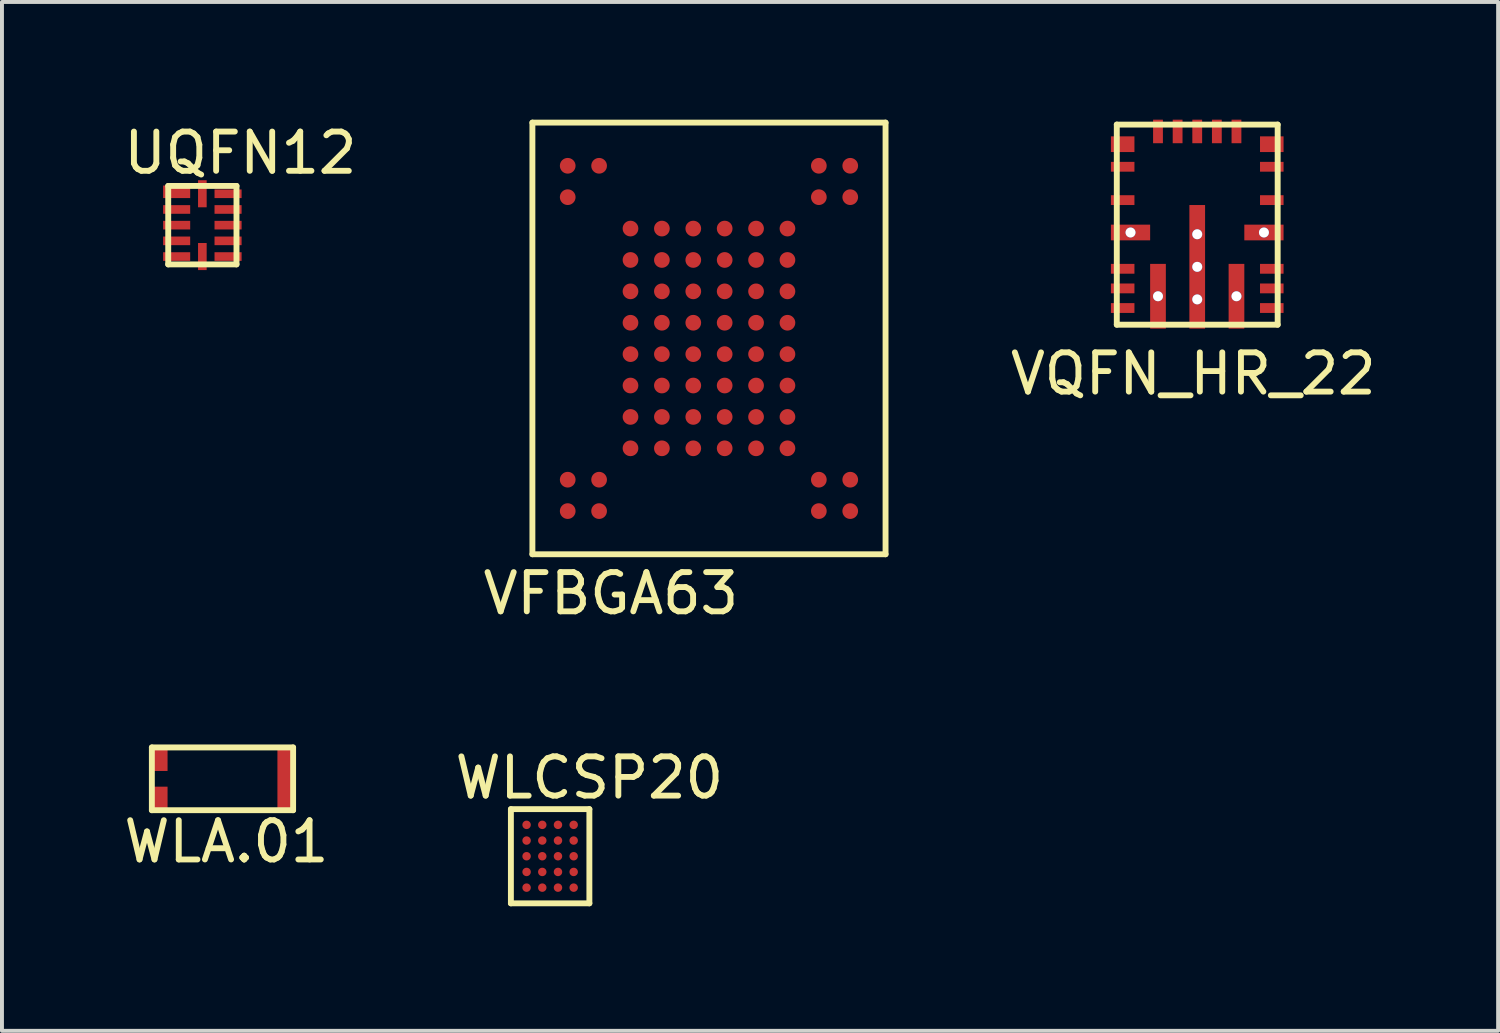
<source format=kicad_pcb>
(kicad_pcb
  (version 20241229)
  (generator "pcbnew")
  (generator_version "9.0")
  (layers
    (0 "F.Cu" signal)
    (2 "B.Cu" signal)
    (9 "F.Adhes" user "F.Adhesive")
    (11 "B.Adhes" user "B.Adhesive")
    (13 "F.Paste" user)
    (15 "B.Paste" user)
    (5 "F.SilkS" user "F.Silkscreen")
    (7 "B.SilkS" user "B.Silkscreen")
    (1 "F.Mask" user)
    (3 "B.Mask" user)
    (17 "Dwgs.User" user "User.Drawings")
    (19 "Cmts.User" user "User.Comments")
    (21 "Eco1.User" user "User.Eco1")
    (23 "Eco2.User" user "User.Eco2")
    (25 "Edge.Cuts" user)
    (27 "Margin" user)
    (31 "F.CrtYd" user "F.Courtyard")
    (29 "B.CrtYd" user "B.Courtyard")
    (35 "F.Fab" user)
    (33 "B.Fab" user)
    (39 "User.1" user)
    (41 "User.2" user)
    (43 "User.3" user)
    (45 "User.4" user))
  (footprint "WLCSP20"
    (layer "F.Cu")
    (at 9.97 19.971)
    (property "Reference" "WLCSP20" (at 2 -3.2 0) (layer "F.SilkS") (effects (font (size 1 1) (thickness 0.15))))
    (attr through_hole)
    (fp_line (start 0 -2.4) (end 0 0) (stroke (width 0.15) (type solid)) (layer "F.SilkS"))
    (fp_line (start 0 0) (end 2 0) (stroke (width 0.15) (type solid)) (layer "F.SilkS"))
    (fp_line (start 2 -2.4) (end 0 -2.4) (stroke (width 0.15) (type solid)) (layer "F.SilkS"))
    (fp_line (start 2 0) (end 2 -2.4) (stroke (width 0.15) (type solid)) (layer "F.SilkS"))
    (pad "A1" smd circle (at 0.4 -2) (size 0.215 0.215) (layers "F.Cu" "F.Mask" "F.Paste"))
    (pad "A2" smd circle (at 0.8 -2) (size 0.215 0.215) (layers "F.Cu" "F.Mask" "F.Paste"))
    (pad "A3" smd circle (at 1.2 -2) (size 0.215 0.215) (layers "F.Cu" "F.Mask" "F.Paste"))
    (pad "A4" smd circle (at 1.6 -2) (size 0.215 0.215) (layers "F.Cu" "F.Mask" "F.Paste"))
    (pad "B1" smd circle (at 0.4 -1.6) (size 0.215 0.215) (layers "F.Cu" "F.Mask" "F.Paste"))
    (pad "B2" smd circle (at 0.8 -1.6) (size 0.215 0.215) (layers "F.Cu" "F.Mask" "F.Paste"))
    (pad "B3" smd circle (at 1.2 -1.6) (size 0.215 0.215) (layers "F.Cu" "F.Mask" "F.Paste"))
    (pad "B4" smd circle (at 1.6 -1.6) (size 0.215 0.215) (layers "F.Cu" "F.Mask" "F.Paste"))
    (pad "C1" smd circle (at 0.4 -1.2) (size 0.215 0.215) (layers "F.Cu" "F.Mask" "F.Paste"))
    (pad "C2" smd circle (at 0.8 -1.2) (size 0.215 0.215) (layers "F.Cu" "F.Mask" "F.Paste"))
    (pad "C3" smd circle (at 1.2 -1.2) (size 0.215 0.215) (layers "F.Cu" "F.Mask" "F.Paste"))
    (pad "C4" smd circle (at 1.6 -1.2) (size 0.215 0.215) (layers "F.Cu" "F.Mask" "F.Paste"))
    (pad "D1" smd circle (at 0.4 -0.8) (size 0.215 0.215) (layers "F.Cu" "F.Mask" "F.Paste"))
    (pad "D2" smd circle (at 0.8 -0.8) (size 0.215 0.215) (layers "F.Cu" "F.Mask" "F.Paste"))
    (pad "D3" smd circle (at 1.2 -0.8) (size 0.215 0.215) (layers "F.Cu" "F.Mask" "F.Paste"))
    (pad "D4" smd circle (at 1.6 -0.8) (size 0.215 0.215) (layers "F.Cu" "F.Mask" "F.Paste"))
    (pad "E1" smd circle (at 0.4 -0.4) (size 0.215 0.215) (layers "F.Cu" "F.Mask" "F.Paste"))
    (pad "E2" smd circle (at 0.8 -0.4) (size 0.215 0.215) (layers "F.Cu" "F.Mask" "F.Paste"))
    (pad "E3" smd circle (at 1.2 -0.4) (size 0.215 0.215) (layers "F.Cu" "F.Mask" "F.Paste"))
    (pad "E4" smd circle (at 1.6 -0.4) (size 0.215 0.215) (layers "F.Cu" "F.Mask" "F.Paste")))
  (footprint "UQFN12"
    (layer "F.Cu")
    (at 2.107 2.688)
    (property "Reference" "UQFN12" (at 0.97 -1.84 0) (layer "F.SilkS") (effects (font (size 1 1) (thickness 0.15))))
    (attr through_hole)
    (fp_line (start -0.87 -1) (end 0.87 -1) (stroke (width 0.15) (type solid)) (layer "F.SilkS"))
    (fp_line (start -0.87 1) (end -0.87 -1) (stroke (width 0.15) (type solid)) (layer "F.SilkS"))
    (fp_line (start 0.87 -1) (end 0.87 1) (stroke (width 0.15) (type solid)) (layer "F.SilkS"))
    (fp_line (start 0.87 1) (end -0.87 1) (stroke (width 0.15) (type solid)) (layer "F.SilkS"))
    (pad "1" smd rect (at -0.655 -0.85) (size 0.69 0.32) (layers "F.Cu" "F.Mask" "F.Paste"))
    (pad "2" smd rect (at -0.655 -0.4) (size 0.69 0.22) (layers "F.Cu" "F.Mask" "F.Paste"))
    (pad "3" smd rect (at -0.655 0) (size 0.69 0.22) (layers "F.Cu" "F.Mask" "F.Paste"))
    (pad "4" smd rect (at -0.655 0.4) (size 0.69 0.22) (layers "F.Cu" "F.Mask" "F.Paste"))
    (pad "5" smd rect (at -0.655 0.8) (size 0.69 0.22) (layers "F.Cu" "F.Mask" "F.Paste"))
    (pad "6" smd rect (at 0 0.8) (size 0.22 0.69) (layers "F.Cu" "F.Mask" "F.Paste"))
    (pad "7" smd rect (at 0.655 0.8) (size 0.69 0.22) (layers "F.Cu" "F.Mask" "F.Paste"))
    (pad "8" smd rect (at 0.655 0.4) (size 0.69 0.22) (layers "F.Cu" "F.Mask" "F.Paste"))
    (pad "9" smd rect (at 0.655 0) (size 0.69 0.22) (layers "F.Cu" "F.Mask" "F.Paste"))
    (pad "10" smd rect (at 0.655 -0.4) (size 0.69 0.22) (layers "F.Cu" "F.Mask" "F.Paste"))
    (pad "11" smd rect (at 0.655 -0.8) (size 0.69 0.22) (layers "F.Cu" "F.Mask" "F.Paste"))
    (pad "12" smd rect (at 0 -0.8) (size 0.22 0.69) (layers "F.Cu" "F.Mask" "F.Paste")))
  (footprint "WLA.01"
    (layer "F.Cu")
    (at 2.62 16.798)
    (property "Reference" "WLA.01" (at 0.1 1.6 0) (layer "F.SilkS") (effects (font (size 1 1) (thickness 0.15))))
    (attr through_hole)
    (fp_line (start -1.8 -0.8) (end -1.8 0.8) (stroke (width 0.15) (type solid)) (layer "F.SilkS"))
    (fp_line (start -1.8 0.8) (end 1.8 0.8) (stroke (width 0.15) (type solid)) (layer "F.SilkS"))
    (fp_line (start 1.8 -0.8) (end -1.8 -0.8) (stroke (width 0.15) (type solid)) (layer "F.SilkS"))
    (fp_line (start 1.8 0.8) (end 1.8 -0.8) (stroke (width 0.15) (type solid)) (layer "F.SilkS"))
    (pad "1" smd rect (at -1.6 -0.5 90) (size 0.6 0.4) (layers "F.Cu" "F.Mask" "F.Paste"))
    (pad "2" smd rect (at -1.6 0.5 90) (size 0.6 0.4) (layers "F.Cu" "F.Mask" "F.Paste"))
    (pad "3" smd rect (at 1.6 0 90) (size 1.6 0.4) (layers "F.Cu" "F.Mask" "F.Paste")))
  (footprint "VQFN_HR_22"
    (layer "F.Cu")
    (at 27.461 2.625)
    (property "Reference" "VQFN_HR_22" (at -0.1 3.85 0) (layer "F.SilkS") (effects (font (size 1 1) (thickness 0.15))))
    (attr through_hole)
    (fp_line (start -2.05 -2.5) (end -2.05 2.6) (stroke (width 0.15) (type solid)) (layer "F.SilkS"))
    (fp_line (start -2.05 -2.5) (end 2.05 -2.5) (stroke (width 0.15) (type solid)) (layer "F.SilkS"))
    (fp_line (start 2.05 -2.5) (end 2.05 2.6) (stroke (width 0.15) (type solid)) (layer "F.SilkS"))
    (fp_line (start 2.05 2.6) (end -2.05 2.6) (stroke (width 0.15) (type solid)) (layer "F.SilkS"))
    (fp_line (start -2.1 0.2) (end -2.1 0.3) (stroke (width 0.15) (type solid)) (layer "F.Paste"))
    (fp_line (start -2.1 0.3) (end -2 0.3) (stroke (width 0.15) (type solid)) (layer "F.Paste"))
    (fp_line (start -2 0.2) (end -2.1 0.2) (stroke (width 0.15) (type solid)) (layer "F.Paste"))
    (fp_line (start -2 0.3) (end -2 0.2) (stroke (width 0.15) (type solid)) (layer "F.Paste"))
    (fp_line (start -1.5 0.2) (end -1.5 0.3) (stroke (width 0.15) (type solid)) (layer "F.Paste"))
    (fp_line (start -1.5 0.3) (end -1.3 0.3) (stroke (width 0.15) (type solid)) (layer "F.Paste"))
    (fp_line (start -1.3 0.2) (end -1.5 0.2) (stroke (width 0.15) (type solid)) (layer "F.Paste"))
    (fp_line (start -1.3 0.3) (end -1.3 0.2) (stroke (width 0.15) (type solid)) (layer "F.Paste"))
    (fp_line (start -1.1 1.2) (end -0.9 1.2) (stroke (width 0.15) (type solid)) (layer "F.Paste"))
    (fp_line (start -1.1 1.6) (end -1.1 1.2) (stroke (width 0.15) (type solid)) (layer "F.Paste"))
    (fp_line (start -1.1 2.1) (end -0.9 2.1) (stroke (width 0.15) (type solid)) (layer "F.Paste"))
    (fp_line (start -1.1 2.2) (end -1.1 2.1) (stroke (width 0.15) (type solid)) (layer "F.Paste"))
    (fp_line (start -1.1 2.6) (end -1.1 2.2) (stroke (width 0.15) (type solid)) (layer "F.Paste"))
    (fp_line (start -1 1.2) (end -1 1.5) (stroke (width 0.15) (type solid)) (layer "F.Paste"))
    (fp_line (start -1 2.1) (end -1 2.5) (stroke (width 0.15) (type solid)) (layer "F.Paste"))
    (fp_line (start -0.9 1.2) (end -0.9 1.6) (stroke (width 0.15) (type solid)) (layer "F.Paste"))
    (fp_line (start -0.9 1.6) (end -1.1 1.6) (stroke (width 0.15) (type solid)) (layer "F.Paste"))
    (fp_line (start -0.9 2.1) (end -0.9 2.6) (stroke (width 0.15) (type solid)) (layer "F.Paste"))
    (fp_line (start -0.9 2.6) (end -1.1 2.6) (stroke (width 0.15) (type solid)) (layer "F.Paste"))
    (fp_line (start -0.1 -0.4) (end 0.1 -0.4) (stroke (width 0.15) (type solid)) (layer "F.Paste"))
    (fp_line (start -0.1 -0.3) (end -0.1 0) (stroke (width 0.15) (type solid)) (layer "F.Paste"))
    (fp_line (start -0.1 0) (end 0.1 0) (stroke (width 0.15) (type solid)) (layer "F.Paste"))
    (fp_line (start -0.1 0.5) (end 0.1 0.5) (stroke (width 0.15) (type solid)) (layer "F.Paste"))
    (fp_line (start -0.1 0.9) (end -0.1 0.5) (stroke (width 0.15) (type solid)) (layer "F.Paste"))
    (fp_line (start -0.1 1.4) (end 0.1 1.4) (stroke (width 0.15) (type solid)) (layer "F.Paste"))
    (fp_line (start -0.1 1.7) (end -0.1 1.4) (stroke (width 0.15) (type solid)) (layer "F.Paste"))
    (fp_line (start -0.1 2.2) (end 0.1 2.2) (stroke (width 0.15) (type solid)) (layer "F.Paste"))
    (fp_line (start -0.1 2.6) (end -0.1 2.2) (stroke (width 0.15) (type solid)) (layer "F.Paste"))
    (fp_line (start 0 -0.3) (end -0.1 -0.3) (stroke (width 0.15) (type solid)) (layer "F.Paste"))
    (fp_line (start 0 0) (end 0 -0.3) (stroke (width 0.15) (type solid)) (layer "F.Paste"))
    (fp_line (start 0 0.5) (end 0 0.9) (stroke (width 0.15) (type solid)) (layer "F.Paste"))
    (fp_line (start 0 1.4) (end 0 1.6) (stroke (width 0.15) (type solid)) (layer "F.Paste"))
    (fp_line (start 0 2.2) (end 0 2.5) (stroke (width 0.15) (type solid)) (layer "F.Paste"))
    (fp_line (start 0.1 -0.4) (end 0.1 0) (stroke (width 0.15) (type solid)) (layer "F.Paste"))
    (fp_line (start 0.1 0) (end 0 0) (stroke (width 0.15) (type solid)) (layer "F.Paste"))
    (fp_line (start 0.1 0.5) (end 0.1 0.9) (stroke (width 0.15) (type solid)) (layer "F.Paste"))
    (fp_line (start 0.1 0.9) (end -0.1 0.9) (stroke (width 0.15) (type solid)) (layer "F.Paste"))
    (fp_line (start 0.1 1.4) (end 0.1 1.7) (stroke (width 0.15) (type solid)) (layer "F.Paste"))
    (fp_line (start 0.1 1.7) (end -0.1 1.7) (stroke (width 0.15) (type solid)) (layer "F.Paste"))
    (fp_line (start 0.1 2.2) (end 0.1 2.6) (stroke (width 0.15) (type solid)) (layer "F.Paste"))
    (fp_line (start 0.1 2.6) (end -0.1 2.6) (stroke (width 0.15) (type solid)) (layer "F.Paste"))
    (fp_line (start 0.9 1.2) (end 0.9 1.5) (stroke (width 0.15) (type solid)) (layer "F.Paste"))
    (fp_line (start 0.9 1.5) (end 0.9 1.6) (stroke (width 0.15) (type solid)) (layer "F.Paste"))
    (fp_line (start 0.9 1.6) (end 1.1 1.6) (stroke (width 0.15) (type solid)) (layer "F.Paste"))
    (fp_line (start 0.9 2.1) (end 1.1 2.1) (stroke (width 0.15) (type solid)) (layer "F.Paste"))
    (fp_line (start 0.9 2.6) (end 0.9 2.1) (stroke (width 0.15) (type solid)) (layer "F.Paste"))
    (fp_line (start 1 1.2) (end 1 1.6) (stroke (width 0.15) (type solid)) (layer "F.Paste"))
    (fp_line (start 1 2.1) (end 1 2.5) (stroke (width 0.15) (type solid)) (layer "F.Paste"))
    (fp_line (start 1.1 1.2) (end 0.9 1.2) (stroke (width 0.15) (type solid)) (layer "F.Paste"))
    (fp_line (start 1.1 1.6) (end 1.1 1.2) (stroke (width 0.15) (type solid)) (layer "F.Paste"))
    (fp_line (start 1.1 2.1) (end 1.1 2.6) (stroke (width 0.15) (type solid)) (layer "F.Paste"))
    (fp_line (start 1.1 2.6) (end 0.9 2.6) (stroke (width 0.15) (type solid)) (layer "F.Paste"))
    (fp_line (start 1.3 0.2) (end 1.4 0.2) (stroke (width 0.15) (type solid)) (layer "F.Paste"))
    (fp_line (start 1.3 0.3) (end 1.3 0.2) (stroke (width 0.15) (type solid)) (layer "F.Paste"))
    (fp_line (start 1.4 0.2) (end 1.4 0.3) (stroke (width 0.15) (type solid)) (layer "F.Paste"))
    (fp_line (start 1.4 0.3) (end 1.3 0.3) (stroke (width 0.15) (type solid)) (layer "F.Paste"))
    (fp_line (start 1.9 0.2) (end 1.9 0.3) (stroke (width 0.15) (type solid)) (layer "F.Paste"))
    (fp_line (start 1.9 0.3) (end 2.1 0.3) (stroke (width 0.15) (type solid)) (layer "F.Paste"))
    (fp_line (start 2.1 0.2) (end 1.9 0.2) (stroke (width 0.15) (type solid)) (layer "F.Paste"))
    (fp_line (start 2.1 0.3) (end 2.1 0.2) (stroke (width 0.15) (type solid)) (layer "F.Paste"))
    (pad "1" smd rect (at -1.9 -2) (size 0.6 0.4) (layers "F.Cu" "F.Mask" "F.Paste"))
    (pad "2" smd rect (at -1.9 -1.425) (size 0.6 0.25) (layers "F.Cu" "F.Mask" "F.Paste"))
    (pad "3" smd rect (at -1.9 -0.575) (size 0.6 0.25) (layers "F.Cu" "F.Mask" "F.Paste"))
    (pad "4" thru_hole circle (at -1.7 0.25) (size 0.254 0.254) (drill 0.254) (layers "*.Cu" "*.Mask"))
    (pad "4" smd rect (at -1.7 0.25) (size 1 0.4) (layers "F.Cu" "F.Mask"))
    (pad "5" smd rect (at -1.9 1.175) (size 0.6 0.25) (layers "F.Cu" "F.Mask" "F.Paste"))
    (pad "6" smd rect (at -1.9 1.675) (size 0.6 0.25) (layers "F.Cu" "F.Mask" "F.Paste"))
    (pad "7" smd rect (at -1.9 2.175) (size 0.6 0.25) (layers "F.Cu" "F.Mask" "F.Paste"))
    (pad "8" thru_hole circle (at -1 1.875) (size 0.254 0.254) (drill 0.254) (layers "*.Cu" "*.Mask"))
    (pad "8" smd rect (at -1 1.875 90) (size 1.65 0.4) (layers "F.Cu" "F.Mask"))
    (pad "9" thru_hole circle (at 0 0.295) (size 0.254 0.254) (drill 0.254) (layers "*.Cu" "*.Mask"))
    (pad "9" thru_hole circle (at 0 1.125) (size 0.254 0.254) (drill 0.254) (layers "*.Cu" "*.Mask"))
    (pad "9" smd rect (at 0 1.125 90) (size 3.15 0.4) (layers "F.Cu" "F.Mask"))
    (pad "9" thru_hole circle (at 0 1.955) (size 0.254 0.254) (drill 0.254) (layers "*.Cu" "*.Mask"))
    (pad "10" thru_hole circle (at 1 1.875) (size 0.254 0.254) (drill 0.254) (layers "*.Cu" "*.Mask"))
    (pad "10" smd rect (at 1 1.875 90) (size 1.65 0.4) (layers "F.Cu" "F.Mask"))
    (pad "11" smd rect (at 1.9 2.175) (size 0.6 0.25) (layers "F.Cu" "F.Mask" "F.Paste"))
    (pad "12" smd rect (at 1.9 1.675) (size 0.6 0.25) (layers "F.Cu" "F.Mask" "F.Paste"))
    (pad "13" smd rect (at 1.9 1.175) (size 0.6 0.25) (layers "F.Cu" "F.Mask" "F.Paste"))
    (pad "14" thru_hole circle (at 1.7 0.25) (size 0.254 0.254) (drill 0.254) (layers "*.Cu" "*.Mask"))
    (pad "14" smd rect (at 1.7 0.25) (size 1 0.4) (layers "F.Cu" "F.Mask"))
    (pad "15" smd rect (at 1.9 -0.575) (size 0.6 0.25) (layers "F.Cu" "F.Mask" "F.Paste"))
    (pad "16" smd rect (at 1.9 -1.425) (size 0.6 0.25) (layers "F.Cu" "F.Mask" "F.Paste"))
    (pad "17" smd rect (at 1.9 -2) (size 0.6 0.4) (layers "F.Cu" "F.Mask" "F.Paste"))
    (pad "18" smd rect (at 1 -2.325 90) (size 0.6 0.25) (layers "F.Cu" "F.Mask" "F.Paste"))
    (pad "19" smd rect (at 0.5 -2.325 90) (size 0.6 0.25) (layers "F.Cu" "F.Mask" "F.Paste"))
    (pad "20" smd rect (at 0 -2.325 90) (size 0.6 0.25) (layers "F.Cu" "F.Mask" "F.Paste"))
    (pad "21" smd rect (at -0.5 -2.325 90) (size 0.6 0.25) (layers "F.Cu" "F.Mask" "F.Paste"))
    (pad "22" smd rect (at -1 -2.325 90) (size 0.6 0.25) (layers "F.Cu" "F.Mask" "F.Paste")))
  (footprint "VFBGA63"
    (layer "F.Cu")
    (at 15.018 5.575)
    (property "Reference" "VFBGA63" (at -2.5 6.5 0) (layer "F.SilkS") (effects (font (size 1 1) (thickness 0.15))))
    (attr through_hole)
    (fp_line (start -4.5 -5.5) (end 4.5 -5.5) (stroke (width 0.15) (type solid)) (layer "F.SilkS"))
    (fp_line (start -4.5 5.5) (end -4.5 -5.5) (stroke (width 0.15) (type solid)) (layer "F.SilkS"))
    (fp_line (start 4.5 -5.5) (end 4.5 5.5) (stroke (width 0.15) (type solid)) (layer "F.SilkS"))
    (fp_line (start 4.5 5.5) (end -4.5 5.5) (stroke (width 0.15) (type solid)) (layer "F.SilkS"))
    (pad "A1" smd circle (at -3.6 -4.4) (size 0.4 0.4) (layers "F.Cu" "F.Mask" "F.Paste"))
    (pad "A2" smd circle (at -2.8 -4.4) (size 0.4 0.4) (layers "F.Cu" "F.Mask" "F.Paste"))
    (pad "A9" smd circle (at 2.8 -4.4) (size 0.4 0.4) (layers "F.Cu" "F.Mask" "F.Paste"))
    (pad "A10" smd circle (at 3.6 -4.4) (size 0.4 0.4) (layers "F.Cu" "F.Mask" "F.Paste"))
    (pad "B1" smd circle (at -3.6 -3.6) (size 0.4 0.4) (layers "F.Cu" "F.Mask" "F.Paste"))
    (pad "B9" smd circle (at 2.8 -3.6) (size 0.4 0.4) (layers "F.Cu" "F.Mask" "F.Paste"))
    (pad "B10" smd circle (at 3.6 -3.6) (size 0.4 0.4) (layers "F.Cu" "F.Mask" "F.Paste"))
    (pad "C3" smd circle (at -2 -2.8) (size 0.4 0.4) (layers "F.Cu" "F.Mask" "F.Paste"))
    (pad "C4" smd circle (at -1.2 -2.8) (size 0.4 0.4) (layers "F.Cu" "F.Mask" "F.Paste"))
    (pad "C5" smd circle (at -0.4 -2.8) (size 0.4 0.4) (layers "F.Cu" "F.Mask" "F.Paste"))
    (pad "C6" smd circle (at 0.4 -2.8) (size 0.4 0.4) (layers "F.Cu" "F.Mask" "F.Paste"))
    (pad "C7" smd circle (at 1.2 -2.8) (size 0.4 0.4) (layers "F.Cu" "F.Mask" "F.Paste"))
    (pad "C8" smd circle (at 2 -2.8) (size 0.4 0.4) (layers "F.Cu" "F.Mask" "F.Paste"))
    (pad "D3" smd circle (at -2 -2) (size 0.4 0.4) (layers "F.Cu" "F.Mask" "F.Paste"))
    (pad "D4" smd circle (at -1.2 -2) (size 0.4 0.4) (layers "F.Cu" "F.Mask" "F.Paste"))
    (pad "D5" smd circle (at -0.4 -2) (size 0.4 0.4) (layers "F.Cu" "F.Mask" "F.Paste"))
    (pad "D6" smd circle (at 0.4 -2) (size 0.4 0.4) (layers "F.Cu" "F.Mask" "F.Paste"))
    (pad "D7" smd circle (at 1.2 -2) (size 0.4 0.4) (layers "F.Cu" "F.Mask" "F.Paste"))
    (pad "D8" smd circle (at 2 -2) (size 0.4 0.4) (layers "F.Cu" "F.Mask" "F.Paste"))
    (pad "E3" smd circle (at -2 -1.2) (size 0.4 0.4) (layers "F.Cu" "F.Mask" "F.Paste"))
    (pad "E4" smd circle (at -1.2 -1.2) (size 0.4 0.4) (layers "F.Cu" "F.Mask" "F.Paste"))
    (pad "E5" smd circle (at -0.4 -1.2) (size 0.4 0.4) (layers "F.Cu" "F.Mask" "F.Paste"))
    (pad "E6" smd circle (at 0.4 -1.2) (size 0.4 0.4) (layers "F.Cu" "F.Mask" "F.Paste"))
    (pad "E7" smd circle (at 1.2 -1.2) (size 0.4 0.4) (layers "F.Cu" "F.Mask" "F.Paste"))
    (pad "E8" smd circle (at 2 -1.2) (size 0.4 0.4) (layers "F.Cu" "F.Mask" "F.Paste"))
    (pad "F3" smd circle (at -2 -0.4) (size 0.4 0.4) (layers "F.Cu" "F.Mask" "F.Paste"))
    (pad "F4" smd circle (at -1.2 -0.4) (size 0.4 0.4) (layers "F.Cu" "F.Mask" "F.Paste"))
    (pad "F5" smd circle (at -0.4 -0.4) (size 0.4 0.4) (layers "F.Cu" "F.Mask" "F.Paste"))
    (pad "F6" smd circle (at 0.4 -0.4) (size 0.4 0.4) (layers "F.Cu" "F.Mask" "F.Paste"))
    (pad "F7" smd circle (at 1.2 -0.4) (size 0.4 0.4) (layers "F.Cu" "F.Mask" "F.Paste"))
    (pad "F8" smd circle (at 2 -0.4) (size 0.4 0.4) (layers "F.Cu" "F.Mask" "F.Paste"))
    (pad "G3" smd circle (at -2 0.4) (size 0.4 0.4) (layers "F.Cu" "F.Mask" "F.Paste"))
    (pad "G4" smd circle (at -1.2 0.4) (size 0.4 0.4) (layers "F.Cu" "F.Mask" "F.Paste"))
    (pad "G5" smd circle (at -0.4 0.4) (size 0.4 0.4) (layers "F.Cu" "F.Mask" "F.Paste"))
    (pad "G6" smd circle (at 0.4 0.4) (size 0.4 0.4) (layers "F.Cu" "F.Mask" "F.Paste"))
    (pad "G7" smd circle (at 1.2 0.4) (size 0.4 0.4) (layers "F.Cu" "F.Mask" "F.Paste"))
    (pad "G8" smd circle (at 2 0.4) (size 0.4 0.4) (layers "F.Cu" "F.Mask" "F.Paste"))
    (pad "H3" smd circle (at -2 1.2) (size 0.4 0.4) (layers "F.Cu" "F.Mask" "F.Paste"))
    (pad "H4" smd circle (at -1.2 1.2) (size 0.4 0.4) (layers "F.Cu" "F.Mask" "F.Paste"))
    (pad "H5" smd circle (at -0.4 1.2) (size 0.4 0.4) (layers "F.Cu" "F.Mask" "F.Paste"))
    (pad "H6" smd circle (at 0.4 1.2) (size 0.4 0.4) (layers "F.Cu" "F.Mask" "F.Paste"))
    (pad "H7" smd circle (at 1.2 1.2) (size 0.4 0.4) (layers "F.Cu" "F.Mask" "F.Paste"))
    (pad "H8" smd circle (at 2 1.2) (size 0.4 0.4) (layers "F.Cu" "F.Mask" "F.Paste"))
    (pad "J3" smd circle (at -2 2) (size 0.4 0.4) (layers "F.Cu" "F.Mask" "F.Paste"))
    (pad "J4" smd circle (at -1.2 2) (size 0.4 0.4) (layers "F.Cu" "F.Mask" "F.Paste"))
    (pad "J5" smd circle (at -0.4 2) (size 0.4 0.4) (layers "F.Cu" "F.Mask" "F.Paste"))
    (pad "J6" smd circle (at 0.4 2) (size 0.4 0.4) (layers "F.Cu" "F.Mask" "F.Paste"))
    (pad "J7" smd circle (at 1.2 2) (size 0.4 0.4) (layers "F.Cu" "F.Mask" "F.Paste"))
    (pad "J8" smd circle (at 2 2) (size 0.4 0.4) (layers "F.Cu" "F.Mask" "F.Paste"))
    (pad "K3" smd circle (at -2 2.8) (size 0.4 0.4) (layers "F.Cu" "F.Mask" "F.Paste"))
    (pad "K4" smd circle (at -1.2 2.8) (size 0.4 0.4) (layers "F.Cu" "F.Mask" "F.Paste"))
    (pad "K5" smd circle (at -0.4 2.8) (size 0.4 0.4) (layers "F.Cu" "F.Mask" "F.Paste"))
    (pad "K6" smd circle (at 0.4 2.8) (size 0.4 0.4) (layers "F.Cu" "F.Mask" "F.Paste"))
    (pad "K7" smd circle (at 1.2 2.8) (size 0.4 0.4) (layers "F.Cu" "F.Mask" "F.Paste"))
    (pad "K8" smd circle (at 2 2.8) (size 0.4 0.4) (layers "F.Cu" "F.Mask" "F.Paste"))
    (pad "L1" smd circle (at -3.6 3.6) (size 0.4 0.4) (layers "F.Cu" "F.Mask" "F.Paste"))
    (pad "L2" smd circle (at -2.8 3.6) (size 0.4 0.4) (layers "F.Cu" "F.Mask" "F.Paste"))
    (pad "L9" smd circle (at 2.8 3.6) (size 0.4 0.4) (layers "F.Cu" "F.Mask" "F.Paste"))
    (pad "L10" smd circle (at 3.6 3.6) (size 0.4 0.4) (layers "F.Cu" "F.Mask" "F.Paste"))
    (pad "M1" smd circle (at -3.6 4.4) (size 0.4 0.4) (layers "F.Cu" "F.Mask" "F.Paste"))
    (pad "M2" smd circle (at -2.8 4.4) (size 0.4 0.4) (layers "F.Cu" "F.Mask" "F.Paste"))
    (pad "M9" smd circle (at 2.8 4.4) (size 0.4 0.4) (layers "F.Cu" "F.Mask" "F.Paste"))
    (pad "M10" smd circle (at 3.6 4.4) (size 0.4 0.4) (layers "F.Cu" "F.Mask" "F.Paste")))
  (gr_rect
    (start -3 -3)
    (end 35.129 23.221)
    (stroke (width 0.1) (type default))
    (fill no)
    (layer "Edge.Cuts")))
</source>
